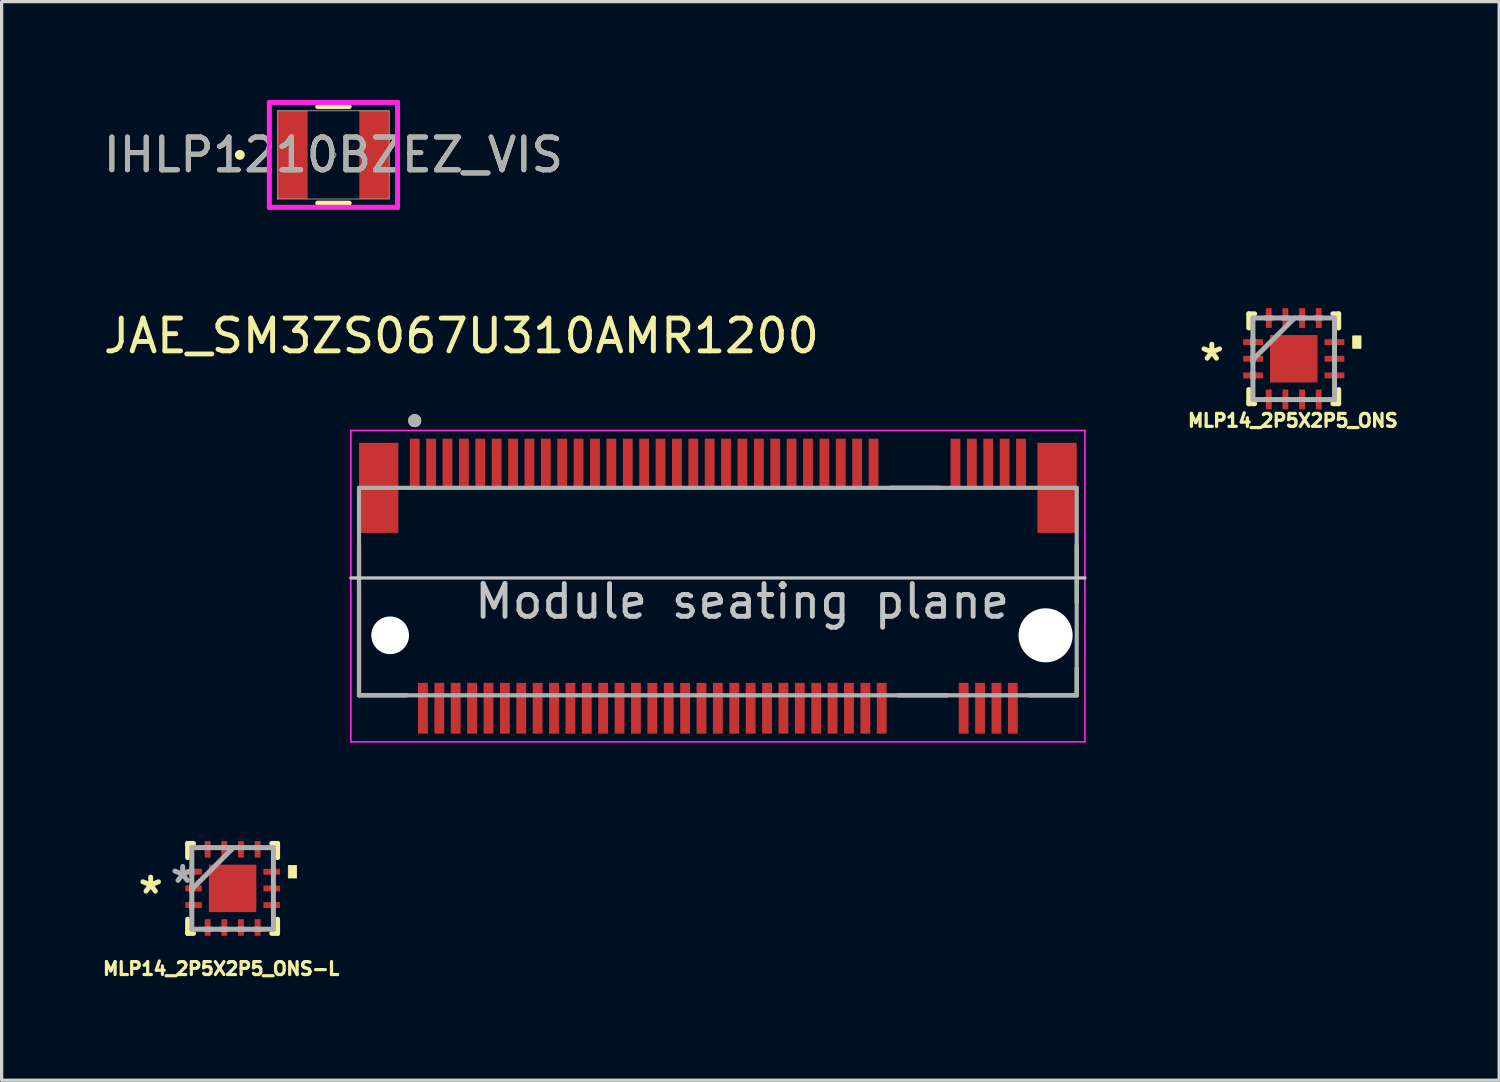
<source format=kicad_pcb>
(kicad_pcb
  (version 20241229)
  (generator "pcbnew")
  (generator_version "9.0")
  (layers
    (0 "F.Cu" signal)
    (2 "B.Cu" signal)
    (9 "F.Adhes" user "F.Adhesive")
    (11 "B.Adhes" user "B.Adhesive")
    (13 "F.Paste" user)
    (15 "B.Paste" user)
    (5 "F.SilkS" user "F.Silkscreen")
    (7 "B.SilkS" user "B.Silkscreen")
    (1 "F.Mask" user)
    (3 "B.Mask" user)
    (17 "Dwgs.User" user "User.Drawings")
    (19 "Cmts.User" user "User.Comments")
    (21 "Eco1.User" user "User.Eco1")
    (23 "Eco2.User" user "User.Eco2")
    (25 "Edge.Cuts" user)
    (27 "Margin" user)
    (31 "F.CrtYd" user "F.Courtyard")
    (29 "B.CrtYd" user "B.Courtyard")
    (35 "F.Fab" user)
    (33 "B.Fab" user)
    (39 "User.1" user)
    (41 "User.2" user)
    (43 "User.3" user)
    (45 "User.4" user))
  (footprint "JAE_SM3ZS067U310AMR1200"
    (layer "F.Cu")
    (at 18.855 14.586)
    (property "Reference" "JAE_SM3ZS067U310AMR1200" (at -7.825 -7.385 0) (layer "F.SilkS") (effects (font (size 1 1) (thickness 0.15))))
    (attr smd)
    (fp_line (start -10.95 3.58) (end -10.95 -1) (stroke (width 0.127) (type solid)) (layer "F.SilkS"))
    (fp_line (start -9.5 3.58) (end -10.95 3.58) (stroke (width 0.127) (type solid)) (layer "F.SilkS"))
    (fp_line (start 5.25 -2.75) (end 6.75 -2.75) (stroke (width 0.127) (type solid)) (layer "F.SilkS"))
    (fp_line (start 7 3.58) (end 5.5 3.58) (stroke (width 0.127) (type solid)) (layer "F.SilkS"))
    (fp_line (start 10.95 -1) (end 10.95 0.75) (stroke (width 0.127) (type solid)) (layer "F.SilkS"))
    (fp_line (start 10.95 2.75) (end 10.95 3.58) (stroke (width 0.127) (type solid)) (layer "F.SilkS"))
    (fp_line (start 10.95 3.58) (end 9.5 3.58) (stroke (width 0.127) (type solid)) (layer "F.SilkS"))
    (fp_circle (center -9.25 -4.8) (end -9.15 -4.8) (stroke (width 0.2) (type solid)) (fill no) (layer "F.SilkS"))
    (fp_line (start 11.2 0) (end -11.2 0) (stroke (width 0.1) (type solid)) (layer "Dwgs.User"))
    (fp_line (start -11.2 -4.5) (end 11.2 -4.5) (stroke (width 0.05) (type solid)) (layer "F.CrtYd"))
    (fp_line (start -11.2 5) (end -11.2 -4.5) (stroke (width 0.05) (type solid)) (layer "F.CrtYd"))
    (fp_line (start 11.2 -4.5) (end 11.2 5) (stroke (width 0.05) (type solid)) (layer "F.CrtYd"))
    (fp_line (start 11.2 5) (end -11.2 5) (stroke (width 0.05) (type solid)) (layer "F.CrtYd"))
    (fp_line (start -10.95 -2.75) (end 10.95 -2.75) (stroke (width 0.127) (type solid)) (layer "F.Fab"))
    (fp_line (start -10.95 3.58) (end -10.95 -2.75) (stroke (width 0.127) (type solid)) (layer "F.Fab"))
    (fp_line (start 10.95 -2.75) (end 10.95 3.58) (stroke (width 0.127) (type solid)) (layer "F.Fab"))
    (fp_line (start 10.95 3.58) (end -10.95 3.58) (stroke (width 0.127) (type solid)) (layer "F.Fab"))
    (fp_circle (center -9.25 -4.8) (end -9.15 -4.8) (stroke (width 0.2) (type solid)) (fill no) (layer "F.Fab"))
    (fp_text user "Module seating plane" (at -7.5 1.3 0) (unlocked yes) (layer "Dwgs.User") (effects (font (size 1 1) (thickness 0.15)) (justify left bottom)))
    (pad "" np_thru_hole circle (at -10 1.75) (size 1.15 1.15) (drill 1.15) (layers "*.Cu" "*.Mask"))
    (pad "" np_thru_hole circle (at 10 1.75) (size 1.65 1.65) (drill 1.65) (layers "*.Cu" "*.Mask"))
    (pad "1" smd rect (at -9.25 -3.475) (size 0.3 1.55) (layers "F.Cu" "F.Mask" "F.Paste"))
    (pad "2" smd rect (at -9 3.975) (size 0.3 1.55) (layers "F.Cu" "F.Mask" "F.Paste"))
    (pad "3" smd rect (at -8.75 -3.475) (size 0.3 1.55) (layers "F.Cu" "F.Mask" "F.Paste"))
    (pad "4" smd rect (at -8.5 3.975) (size 0.3 1.55) (layers "F.Cu" "F.Mask" "F.Paste"))
    (pad "5" smd rect (at -8.25 -3.475) (size 0.3 1.55) (layers "F.Cu" "F.Mask" "F.Paste"))
    (pad "6" smd rect (at -8 3.975) (size 0.3 1.55) (layers "F.Cu" "F.Mask" "F.Paste"))
    (pad "7" smd rect (at -7.75 -3.475) (size 0.3 1.55) (layers "F.Cu" "F.Mask" "F.Paste"))
    (pad "8" smd rect (at -7.5 3.975) (size 0.3 1.55) (layers "F.Cu" "F.Mask" "F.Paste"))
    (pad "9" smd rect (at -7.25 -3.475) (size 0.3 1.55) (layers "F.Cu" "F.Mask" "F.Paste"))
    (pad "10" smd rect (at -7 3.975) (size 0.3 1.55) (layers "F.Cu" "F.Mask" "F.Paste"))
    (pad "11" smd rect (at -6.75 -3.475) (size 0.3 1.55) (layers "F.Cu" "F.Mask" "F.Paste"))
    (pad "12" smd rect (at -6.5 3.975) (size 0.3 1.55) (layers "F.Cu" "F.Mask" "F.Paste"))
    (pad "13" smd rect (at -6.25 -3.475) (size 0.3 1.55) (layers "F.Cu" "F.Mask" "F.Paste"))
    (pad "14" smd rect (at -6 3.975) (size 0.3 1.55) (layers "F.Cu" "F.Mask" "F.Paste"))
    (pad "15" smd rect (at -5.75 -3.475) (size 0.3 1.55) (layers "F.Cu" "F.Mask" "F.Paste"))
    (pad "16" smd rect (at -5.5 3.975) (size 0.3 1.55) (layers "F.Cu" "F.Mask" "F.Paste"))
    (pad "17" smd rect (at -5.25 -3.475) (size 0.3 1.55) (layers "F.Cu" "F.Mask" "F.Paste"))
    (pad "18" smd rect (at -5 3.975) (size 0.3 1.55) (layers "F.Cu" "F.Mask" "F.Paste"))
    (pad "19" smd rect (at -4.75 -3.475) (size 0.3 1.55) (layers "F.Cu" "F.Mask" "F.Paste"))
    (pad "20" smd rect (at -4.5 3.975) (size 0.3 1.55) (layers "F.Cu" "F.Mask" "F.Paste"))
    (pad "21" smd rect (at -4.25 -3.475) (size 0.3 1.55) (layers "F.Cu" "F.Mask" "F.Paste"))
    (pad "22" smd rect (at -4 3.975) (size 0.3 1.55) (layers "F.Cu" "F.Mask" "F.Paste"))
    (pad "23" smd rect (at -3.75 -3.475) (size 0.3 1.55) (layers "F.Cu" "F.Mask" "F.Paste"))
    (pad "24" smd rect (at -3.5 3.975) (size 0.3 1.55) (layers "F.Cu" "F.Mask" "F.Paste"))
    (pad "25" smd rect (at -3.25 -3.475) (size 0.3 1.55) (layers "F.Cu" "F.Mask" "F.Paste"))
    (pad "26" smd rect (at -3 3.975) (size 0.3 1.55) (layers "F.Cu" "F.Mask" "F.Paste"))
    (pad "27" smd rect (at -2.75 -3.475) (size 0.3 1.55) (layers "F.Cu" "F.Mask" "F.Paste"))
    (pad "28" smd rect (at -2.5 3.975) (size 0.3 1.55) (layers "F.Cu" "F.Mask" "F.Paste"))
    (pad "29" smd rect (at -2.25 -3.475) (size 0.3 1.55) (layers "F.Cu" "F.Mask" "F.Paste"))
    (pad "30" smd rect (at -2 3.975) (size 0.3 1.55) (layers "F.Cu" "F.Mask" "F.Paste"))
    (pad "31" smd rect (at -1.75 -3.475) (size 0.3 1.55) (layers "F.Cu" "F.Mask" "F.Paste"))
    (pad "32" smd rect (at -1.5 3.975) (size 0.3 1.55) (layers "F.Cu" "F.Mask" "F.Paste"))
    (pad "33" smd rect (at -1.25 -3.475) (size 0.3 1.55) (layers "F.Cu" "F.Mask" "F.Paste"))
    (pad "34" smd rect (at -1 3.975) (size 0.3 1.55) (layers "F.Cu" "F.Mask" "F.Paste"))
    (pad "35" smd rect (at -0.75 -3.475) (size 0.3 1.55) (layers "F.Cu" "F.Mask" "F.Paste"))
    (pad "36" smd rect (at -0.5 3.975) (size 0.3 1.55) (layers "F.Cu" "F.Mask" "F.Paste"))
    (pad "37" smd rect (at -0.25 -3.475) (size 0.3 1.55) (layers "F.Cu" "F.Mask" "F.Paste"))
    (pad "38" smd rect (at 0 3.975) (size 0.3 1.55) (layers "F.Cu" "F.Mask" "F.Paste"))
    (pad "39" smd rect (at 0.25 -3.475) (size 0.3 1.55) (layers "F.Cu" "F.Mask" "F.Paste"))
    (pad "40" smd rect (at 0.5 3.975) (size 0.3 1.55) (layers "F.Cu" "F.Mask" "F.Paste"))
    (pad "41" smd rect (at 0.75 -3.475) (size 0.3 1.55) (layers "F.Cu" "F.Mask" "F.Paste"))
    (pad "42" smd rect (at 1 3.975) (size 0.3 1.55) (layers "F.Cu" "F.Mask" "F.Paste"))
    (pad "43" smd rect (at 1.25 -3.475) (size 0.3 1.55) (layers "F.Cu" "F.Mask" "F.Paste"))
    (pad "44" smd rect (at 1.5 3.975) (size 0.3 1.55) (layers "F.Cu" "F.Mask" "F.Paste"))
    (pad "45" smd rect (at 1.75 -3.475) (size 0.3 1.55) (layers "F.Cu" "F.Mask" "F.Paste"))
    (pad "46" smd rect (at 2 3.975) (size 0.3 1.55) (layers "F.Cu" "F.Mask" "F.Paste"))
    (pad "47" smd rect (at 2.25 -3.475) (size 0.3 1.55) (layers "F.Cu" "F.Mask" "F.Paste"))
    (pad "48" smd rect (at 2.5 3.975) (size 0.3 1.55) (layers "F.Cu" "F.Mask" "F.Paste"))
    (pad "49" smd rect (at 2.75 -3.475) (size 0.3 1.55) (layers "F.Cu" "F.Mask" "F.Paste"))
    (pad "50" smd rect (at 3 3.975) (size 0.3 1.55) (layers "F.Cu" "F.Mask" "F.Paste"))
    (pad "51" smd rect (at 3.25 -3.475) (size 0.3 1.55) (layers "F.Cu" "F.Mask" "F.Paste"))
    (pad "52" smd rect (at 3.5 3.975) (size 0.3 1.55) (layers "F.Cu" "F.Mask" "F.Paste"))
    (pad "53" smd rect (at 3.75 -3.475) (size 0.3 1.55) (layers "F.Cu" "F.Mask" "F.Paste"))
    (pad "54" smd rect (at 4 3.975) (size 0.3 1.55) (layers "F.Cu" "F.Mask" "F.Paste"))
    (pad "55" smd rect (at 4.25 -3.475) (size 0.3 1.55) (layers "F.Cu" "F.Mask" "F.Paste"))
    (pad "56" smd rect (at 4.5 3.975) (size 0.3 1.55) (layers "F.Cu" "F.Mask" "F.Paste"))
    (pad "57" smd rect (at 4.75 -3.475) (size 0.3 1.55) (layers "F.Cu" "F.Mask" "F.Paste"))
    (pad "58" smd rect (at 5 3.975) (size 0.3 1.55) (layers "F.Cu" "F.Mask" "F.Paste"))
    (pad "67" smd rect (at 7.25 -3.475) (size 0.3 1.55) (layers "F.Cu" "F.Mask" "F.Paste"))
    (pad "68" smd rect (at 7.5 3.975) (size 0.3 1.55) (layers "F.Cu" "F.Mask" "F.Paste"))
    (pad "69" smd rect (at 7.75 -3.475) (size 0.3 1.55) (layers "F.Cu" "F.Mask" "F.Paste"))
    (pad "70" smd rect (at 8 3.975) (size 0.3 1.55) (layers "F.Cu" "F.Mask" "F.Paste"))
    (pad "71" smd rect (at 8.25 -3.475) (size 0.3 1.55) (layers "F.Cu" "F.Mask" "F.Paste"))
    (pad "72" smd rect (at 8.5 3.975) (size 0.3 1.55) (layers "F.Cu" "F.Mask" "F.Paste"))
    (pad "73" smd rect (at 8.75 -3.475) (size 0.3 1.55) (layers "F.Cu" "F.Mask" "F.Paste"))
    (pad "74" smd rect (at 9 3.975) (size 0.3 1.55) (layers "F.Cu" "F.Mask" "F.Paste"))
    (pad "75" smd rect (at 9.25 -3.475) (size 0.3 1.55) (layers "F.Cu" "F.Mask" "F.Paste"))
    (pad "S1" smd rect (at -10.35 -2.75) (size 1.2 2.75) (layers "F.Cu" "F.Mask" "F.Paste"))
    (pad "S2" smd rect (at 10.35 -2.75) (size 1.2 2.75) (layers "F.Cu" "F.Mask" "F.Paste")))
  (footprint "MLP14_2P5X2P5_ONS"
    (layer "F.Cu")
    (at 36.427 7.897)
    (property "Reference" "MLP14_2P5X2P5_ONS" (at -0.027 1.885 0) (layer "F.SilkS") (effects (font (size 0.394 0.394) (thickness 0.15))))
    (attr smd)
    (fp_line (start -1.372 -1.372) (end -1.372 -0.94) (stroke (width 0.152) (type solid)) (layer "F.SilkS"))
    (fp_line (start -1.372 0.94) (end -1.372 1.372) (stroke (width 0.152) (type solid)) (layer "F.SilkS"))
    (fp_line (start -1.372 1.372) (end -1.194 1.372) (stroke (width 0.152) (type solid)) (layer "F.SilkS"))
    (fp_line (start -1.194 -1.372) (end -1.372 -1.372) (stroke (width 0.152) (type solid)) (layer "F.SilkS"))
    (fp_line (start 1.194 1.372) (end 1.372 1.372) (stroke (width 0.152) (type solid)) (layer "F.SilkS"))
    (fp_line (start 1.372 -1.372) (end 1.194 -1.372) (stroke (width 0.152) (type solid)) (layer "F.SilkS"))
    (fp_line (start 1.372 -0.94) (end 1.372 -1.372) (stroke (width 0.152) (type solid)) (layer "F.SilkS"))
    (fp_line (start 1.372 1.372) (end 1.372 0.94) (stroke (width 0.152) (type solid)) (layer "F.SilkS"))
    (fp_poly (pts (xy 2.053 -0.699) (xy 2.053 -0.318) (xy 1.799 -0.318) (xy 1.799 -0.699)) (stroke (width 0.025) (type solid)) (fill yes) (layer "F.SilkS"))
    (fp_line (start -1.245 -1.245) (end -1.245 1.245) (stroke (width 0.152) (type solid)) (layer "F.Fab"))
    (fp_line (start -1.245 -0.61) (end -1.245 -0.406) (stroke (width 0.152) (type solid)) (layer "F.Fab"))
    (fp_line (start -1.245 -0.102) (end -1.245 0.102) (stroke (width 0.152) (type solid)) (layer "F.Fab"))
    (fp_line (start -1.245 0.025) (end 0.025 -1.245) (stroke (width 0.152) (type solid)) (layer "F.Fab"))
    (fp_line (start -1.245 0.406) (end -1.245 0.61) (stroke (width 0.152) (type solid)) (layer "F.Fab"))
    (fp_line (start -1.245 1.245) (end 1.245 1.245) (stroke (width 0.152) (type solid)) (layer "F.Fab"))
    (fp_line (start -0.864 1.245) (end -0.66 1.245) (stroke (width 0.152) (type solid)) (layer "F.Fab"))
    (fp_line (start -0.66 -1.245) (end -0.864 -1.245) (stroke (width 0.152) (type solid)) (layer "F.Fab"))
    (fp_line (start -0.356 1.245) (end -0.152 1.245) (stroke (width 0.152) (type solid)) (layer "F.Fab"))
    (fp_line (start -0.152 -1.245) (end -0.356 -1.245) (stroke (width 0.152) (type solid)) (layer "F.Fab"))
    (fp_line (start 0.152 1.245) (end 0.356 1.245) (stroke (width 0.152) (type solid)) (layer "F.Fab"))
    (fp_line (start 0.356 -1.245) (end 0.152 -1.245) (stroke (width 0.152) (type solid)) (layer "F.Fab"))
    (fp_line (start 0.66 1.245) (end 0.864 1.245) (stroke (width 0.152) (type solid)) (layer "F.Fab"))
    (fp_line (start 0.864 -1.245) (end 0.66 -1.245) (stroke (width 0.152) (type solid)) (layer "F.Fab"))
    (fp_line (start 1.245 -1.245) (end -1.245 -1.245) (stroke (width 0.152) (type solid)) (layer "F.Fab"))
    (fp_line (start 1.245 -0.406) (end 1.245 -0.61) (stroke (width 0.152) (type solid)) (layer "F.Fab"))
    (fp_line (start 1.245 0.102) (end 1.245 -0.102) (stroke (width 0.152) (type solid)) (layer "F.Fab"))
    (fp_line (start 1.245 0.61) (end 1.245 0.406) (stroke (width 0.152) (type solid)) (layer "F.Fab"))
    (fp_line (start 1.245 1.245) (end 1.245 -1.245) (stroke (width 0.152) (type solid)) (layer "F.Fab"))
    (fp_text user "*" (at -2.5 0.1 0) (layer "F.SilkS") (effects (font (size 1 1) (thickness 0.15))))
    (pad "1" smd rect (at -1.242 -0.508) (size 0.605 0.179) (layers "F.Cu" "F.Mask" "F.Paste"))
    (pad "2" smd rect (at -1.242 0) (size 0.605 0.179) (layers "F.Cu" "F.Mask" "F.Paste"))
    (pad "3" smd rect (at -1.242 0.508) (size 0.605 0.179) (layers "F.Cu" "F.Mask" "F.Paste"))
    (pad "4" smd rect (at -0.762 1.242) (size 0.179 0.605) (layers "F.Cu" "F.Mask" "F.Paste"))
    (pad "5" smd rect (at -0.254 1.242) (size 0.179 0.605) (layers "F.Cu" "F.Mask" "F.Paste"))
    (pad "6" smd rect (at 0.254 1.242) (size 0.179 0.605) (layers "F.Cu" "F.Mask" "F.Paste"))
    (pad "7" smd rect (at 0.762 1.242) (size 0.179 0.605) (layers "F.Cu" "F.Mask" "F.Paste"))
    (pad "8" smd rect (at 1.242 0.508) (size 0.605 0.179) (layers "F.Cu" "F.Mask" "F.Paste"))
    (pad "9" smd rect (at 1.242 0) (size 0.605 0.179) (layers "F.Cu" "F.Mask" "F.Paste"))
    (pad "10" smd rect (at 1.242 -0.508) (size 0.605 0.179) (layers "F.Cu" "F.Mask" "F.Paste"))
    (pad "11" smd rect (at 0.762 -1.242) (size 0.179 0.605) (layers "F.Cu" "F.Mask" "F.Paste"))
    (pad "12" smd rect (at 0.254 -1.242) (size 0.179 0.605) (layers "F.Cu" "F.Mask" "F.Paste"))
    (pad "13" smd rect (at -0.254 -1.242) (size 0.179 0.605) (layers "F.Cu" "F.Mask" "F.Paste"))
    (pad "14" smd rect (at -0.762 -1.242) (size 0.179 0.605) (layers "F.Cu" "F.Mask" "F.Paste"))
    (pad "15" smd rect (at 0 0) (size 1.448 1.448) (layers "F.Cu" "F.Mask" "F.Paste")))
  (footprint "MLP14_2P5X2P5_ONS-L"
    (layer "F.Cu")
    (at 4.048 24.059)
    (property "Reference" "MLP14_2P5X2P5_ONS-L" (at -0.35 2.45 0) (layer "F.SilkS") (effects (font (size 0.394 0.394) (thickness 0.15))))
    (attr smd)
    (fp_line (start -1.372 -1.372) (end -1.372 -0.94) (stroke (width 0.152) (type solid)) (layer "F.SilkS"))
    (fp_line (start -1.372 0.94) (end -1.372 1.372) (stroke (width 0.152) (type solid)) (layer "F.SilkS"))
    (fp_line (start -1.372 1.372) (end -1.194 1.372) (stroke (width 0.152) (type solid)) (layer "F.SilkS"))
    (fp_line (start -1.194 -1.372) (end -1.372 -1.372) (stroke (width 0.152) (type solid)) (layer "F.SilkS"))
    (fp_line (start 1.194 1.372) (end 1.372 1.372) (stroke (width 0.152) (type solid)) (layer "F.SilkS"))
    (fp_line (start 1.372 -1.372) (end 1.194 -1.372) (stroke (width 0.152) (type solid)) (layer "F.SilkS"))
    (fp_line (start 1.372 -0.94) (end 1.372 -1.372) (stroke (width 0.152) (type solid)) (layer "F.SilkS"))
    (fp_line (start 1.372 1.372) (end 1.372 0.94) (stroke (width 0.152) (type solid)) (layer "F.SilkS"))
    (fp_poly (pts (xy 1.953 -0.699) (xy 1.953 -0.318) (xy 1.699 -0.318) (xy 1.699 -0.699)) (stroke (width 0.025) (type solid)) (fill yes) (layer "F.SilkS"))
    (fp_line (start -1.245 -1.245) (end -1.245 1.245) (stroke (width 0.152) (type solid)) (layer "F.Fab"))
    (fp_line (start -1.245 -0.61) (end -1.245 -0.406) (stroke (width 0.152) (type solid)) (layer "F.Fab"))
    (fp_line (start -1.245 -0.102) (end -1.245 0.102) (stroke (width 0.152) (type solid)) (layer "F.Fab"))
    (fp_line (start -1.245 0.025) (end 0.025 -1.245) (stroke (width 0.152) (type solid)) (layer "F.Fab"))
    (fp_line (start -1.245 0.406) (end -1.245 0.61) (stroke (width 0.152) (type solid)) (layer "F.Fab"))
    (fp_line (start -1.245 1.245) (end 1.245 1.245) (stroke (width 0.152) (type solid)) (layer "F.Fab"))
    (fp_line (start -0.864 1.245) (end -0.66 1.245) (stroke (width 0.152) (type solid)) (layer "F.Fab"))
    (fp_line (start -0.66 -1.245) (end -0.864 -1.245) (stroke (width 0.152) (type solid)) (layer "F.Fab"))
    (fp_line (start -0.356 1.245) (end -0.152 1.245) (stroke (width 0.152) (type solid)) (layer "F.Fab"))
    (fp_line (start -0.152 -1.245) (end -0.356 -1.245) (stroke (width 0.152) (type solid)) (layer "F.Fab"))
    (fp_line (start 0.152 1.245) (end 0.356 1.245) (stroke (width 0.152) (type solid)) (layer "F.Fab"))
    (fp_line (start 0.356 -1.245) (end 0.152 -1.245) (stroke (width 0.152) (type solid)) (layer "F.Fab"))
    (fp_line (start 0.66 1.245) (end 0.864 1.245) (stroke (width 0.152) (type solid)) (layer "F.Fab"))
    (fp_line (start 0.864 -1.245) (end 0.66 -1.245) (stroke (width 0.152) (type solid)) (layer "F.Fab"))
    (fp_line (start 1.245 -1.245) (end -1.245 -1.245) (stroke (width 0.152) (type solid)) (layer "F.Fab"))
    (fp_line (start 1.245 -0.406) (end 1.245 -0.61) (stroke (width 0.152) (type solid)) (layer "F.Fab"))
    (fp_line (start 1.245 0.102) (end 1.245 -0.102) (stroke (width 0.152) (type solid)) (layer "F.Fab"))
    (fp_line (start 1.245 0.61) (end 1.245 0.406) (stroke (width 0.152) (type solid)) (layer "F.Fab"))
    (fp_line (start 1.245 1.245) (end 1.245 -1.245) (stroke (width 0.152) (type solid)) (layer "F.Fab"))
    (fp_text user "*" (at -2.5 0.2 0) (layer "F.SilkS") (effects (font (size 1 1) (thickness 0.15))))
    (fp_text user "*" (at -1.524 -0.127 0) (layer "F.Fab") (effects (font (size 1 1) (thickness 0.15))))
    (pad "1" smd rect (at -1.192 -0.508) (size 0.505 0.179) (layers "F.Cu" "F.Mask" "F.Paste"))
    (pad "2" smd rect (at -1.192 0) (size 0.505 0.179) (layers "F.Cu" "F.Mask" "F.Paste"))
    (pad "3" smd rect (at -1.192 0.508) (size 0.505 0.179) (layers "F.Cu" "F.Mask" "F.Paste"))
    (pad "4" smd rect (at -0.762 1.192) (size 0.179 0.505) (layers "F.Cu" "F.Mask" "F.Paste"))
    (pad "5" smd rect (at -0.254 1.192) (size 0.179 0.505) (layers "F.Cu" "F.Mask" "F.Paste"))
    (pad "6" smd rect (at 0.254 1.192) (size 0.179 0.505) (layers "F.Cu" "F.Mask" "F.Paste"))
    (pad "7" smd rect (at 0.762 1.192) (size 0.179 0.505) (layers "F.Cu" "F.Mask" "F.Paste"))
    (pad "8" smd rect (at 1.192 0.508) (size 0.505 0.179) (layers "F.Cu" "F.Mask" "F.Paste"))
    (pad "9" smd rect (at 1.192 0) (size 0.505 0.179) (layers "F.Cu" "F.Mask" "F.Paste"))
    (pad "10" smd rect (at 1.192 -0.508) (size 0.505 0.179) (layers "F.Cu" "F.Mask" "F.Paste"))
    (pad "11" smd rect (at 0.762 -1.192) (size 0.179 0.505) (layers "F.Cu" "F.Mask" "F.Paste"))
    (pad "12" smd rect (at 0.254 -1.192) (size 0.179 0.505) (layers "F.Cu" "F.Mask" "F.Paste"))
    (pad "13" smd rect (at -0.254 -1.192) (size 0.179 0.505) (layers "F.Cu" "F.Mask" "F.Paste"))
    (pad "14" smd rect (at -0.762 -1.192) (size 0.179 0.505) (layers "F.Cu" "F.Mask" "F.Paste"))
    (pad "15" smd rect (at 0 0) (size 1.448 1.448) (layers "F.Cu" "F.Mask" "F.Paste")))
  (footprint "IHLP1210BZEZ_VIS"
    (layer "F.Cu")
    (at 7.125 1.676)
    (property "Reference" "IHLP1210BZEZ_VIS" (at 0 0 0) (unlocked yes) (layer "F.SilkS") (effects (font (size 1 1) (thickness 0.15))))
    (attr smd)
    (fp_line (start -0.48 1.473) (end 0.48 1.473) (stroke (width 0.152) (type solid)) (layer "F.SilkS"))
    (fp_line (start 0.48 -1.473) (end -0.48 -1.473) (stroke (width 0.152) (type solid)) (layer "F.SilkS"))
    (fp_circle (center -2.857 0) (end -2.781 0) (stroke (width 0.152) (type solid)) (fill no) (layer "F.SilkS"))
    (fp_line (start -1.956 -1.6) (end -1.956 -1.6) (stroke (width 0.152) (type solid)) (layer "F.CrtYd"))
    (fp_line (start -1.956 -1.6) (end -1.956 -1.6) (stroke (width 0.152) (type solid)) (layer "F.CrtYd"))
    (fp_line (start -1.956 -1.6) (end 1.956 -1.6) (stroke (width 0.152) (type solid)) (layer "F.CrtYd"))
    (fp_line (start -1.956 1.6) (end -1.956 -1.6) (stroke (width 0.152) (type solid)) (layer "F.CrtYd"))
    (fp_line (start -1.956 1.6) (end -1.956 1.6) (stroke (width 0.152) (type solid)) (layer "F.CrtYd"))
    (fp_line (start -1.956 1.6) (end -1.956 1.6) (stroke (width 0.152) (type solid)) (layer "F.CrtYd"))
    (fp_line (start 1.956 -1.6) (end 1.956 -1.6) (stroke (width 0.152) (type solid)) (layer "F.CrtYd"))
    (fp_line (start 1.956 -1.6) (end 1.956 -1.6) (stroke (width 0.152) (type solid)) (layer "F.CrtYd"))
    (fp_line (start 1.956 -1.6) (end 1.956 1.6) (stroke (width 0.152) (type solid)) (layer "F.CrtYd"))
    (fp_line (start 1.956 1.6) (end -1.956 1.6) (stroke (width 0.152) (type solid)) (layer "F.CrtYd"))
    (fp_line (start 1.956 1.6) (end 1.956 1.6) (stroke (width 0.152) (type solid)) (layer "F.CrtYd"))
    (fp_line (start 1.956 1.6) (end 1.956 1.6) (stroke (width 0.152) (type solid)) (layer "F.CrtYd"))
    (fp_line (start -1.702 -1.346) (end -1.702 1.346) (stroke (width 0.025) (type solid)) (layer "F.Fab"))
    (fp_line (start -1.702 1.346) (end 1.702 1.346) (stroke (width 0.025) (type solid)) (layer "F.Fab"))
    (fp_line (start 1.702 -1.346) (end -1.702 -1.346) (stroke (width 0.025) (type solid)) (layer "F.Fab"))
    (fp_line (start 1.702 1.346) (end 1.702 -1.346) (stroke (width 0.025) (type solid)) (layer "F.Fab"))
    (fp_circle (center 0 0) (end 0.076 0) (stroke (width 0.025) (type solid)) (fill no) (layer "F.Fab"))
    (fp_text user "${REFERENCE}" (at 0 0 0) (unlocked yes) (layer "F.Fab") (effects (font (size 1 1) (thickness 0.15))))
    (pad "1" smd rect (at -1.245 0) (size 0.914 2.692) (layers "F.Cu" "F.Mask" "F.Paste"))
    (pad "2" smd rect (at 1.245 0) (size 0.914 2.692) (layers "F.Cu" "F.Mask" "F.Paste")))
  (gr_rect
    (start -3 -3)
    (end 42.696 29.912)
    (stroke (width 0.1) (type default))
    (fill no)
    (layer "Edge.Cuts")))
</source>
